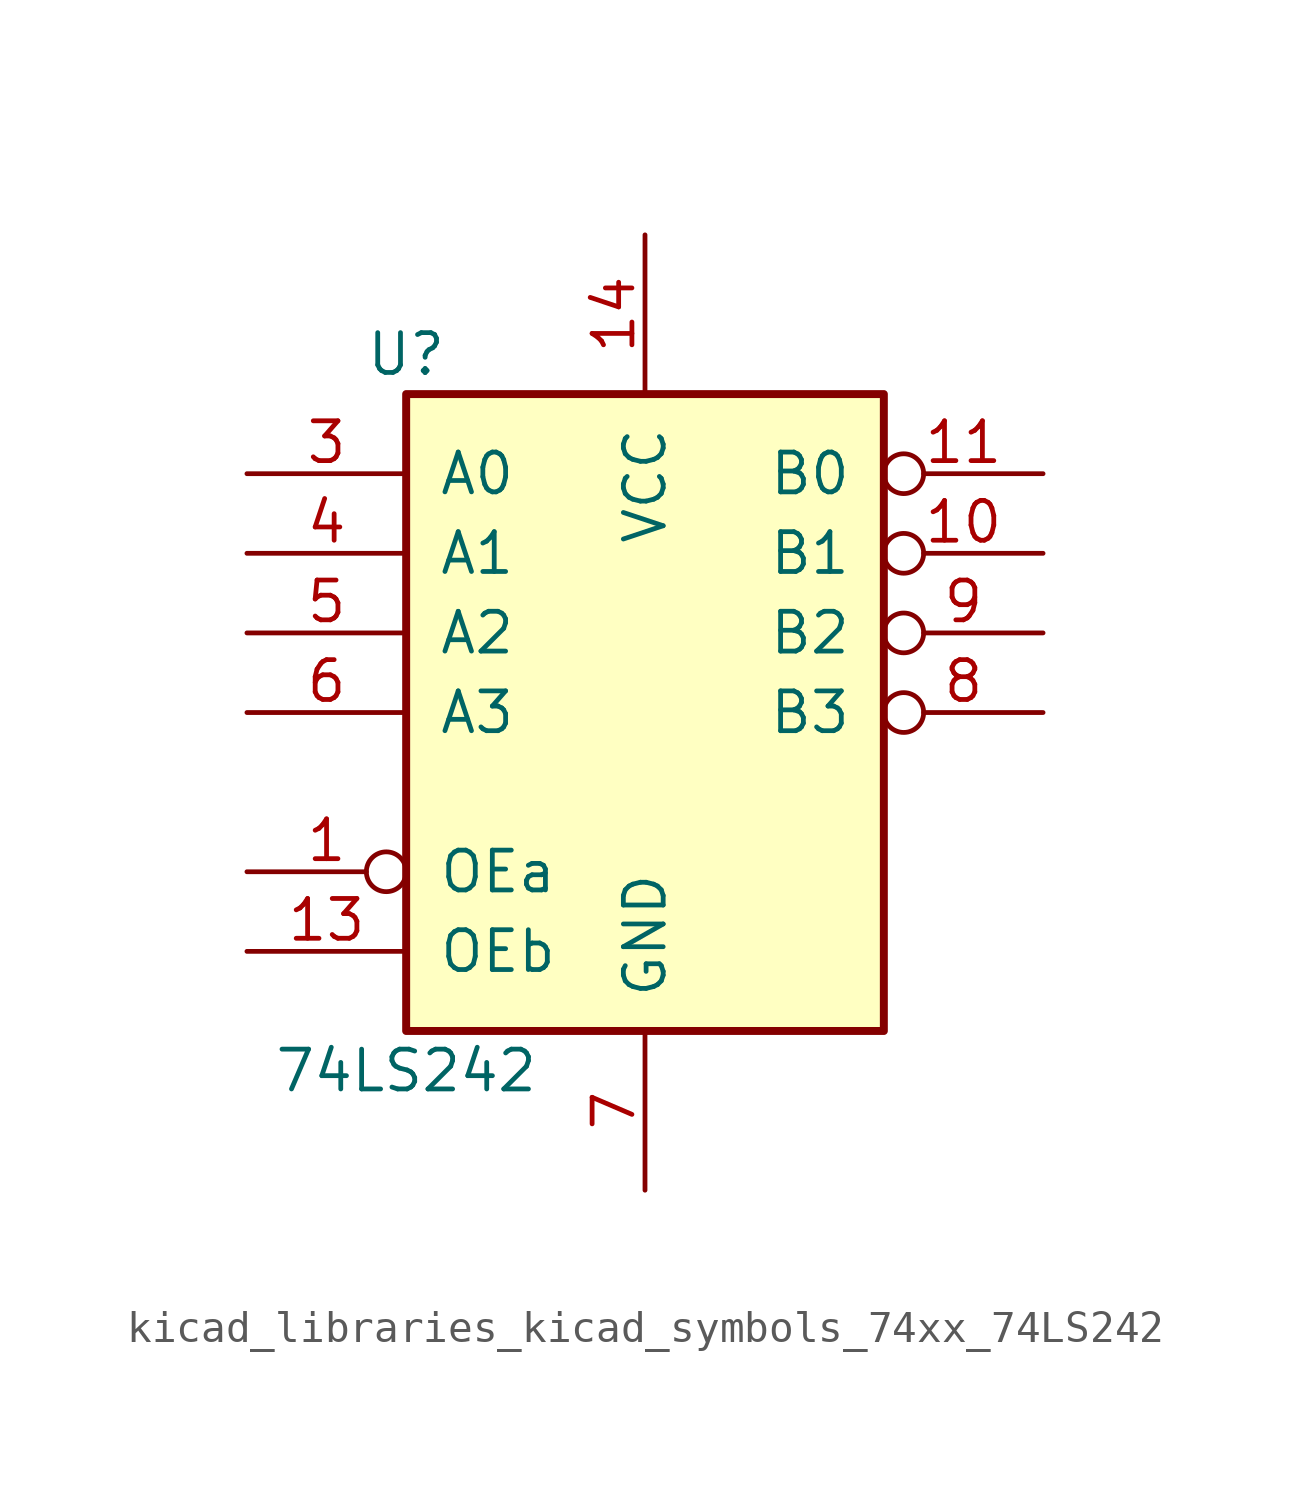
<source format=kicad_sym>
(kicad_symbol_lib
  (version 20220914)
  (generator kicad_symbol_editor)
  (symbol "kicad_libraries_kicad_symbols_74xx_74LS242"
    (pin_names
      (offset 1.016))
    (property "Reference" "U"
      (at -7.62 11.43 0)
      (effects (font (size 1.27 1.27))))
    (property "Value" "74LS242"
      (at -7.62 -11.43 0)
      (effects (font (size 1.27 1.27))))
    (property "ki_locked" ""
      (at 0 0 0)
      (effects (font (size 1.27 1.27))))
    (symbol "kicad_libraries_kicad_symbols_74xx_74LS242_1_0"
      (pin input inverted (at -12.7 -5.08 0) (length 5.08) (name "OEa" (effects (font (size 1.27 1.27)))) (number "1" (effects (font (size 1.27 1.27)))))
      (pin tri_state inverted (at 12.7 5.08 180) (length 5.08) (name "B1" (effects (font (size 1.27 1.27)))) (number "10" (effects (font (size 1.27 1.27)))))
      (pin tri_state inverted (at 12.7 7.62 180) (length 5.08) (name "B0" (effects (font (size 1.27 1.27)))) (number "11" (effects (font (size 1.27 1.27)))))
      (pin input line (at -12.7 -7.62 0) (length 5.08) (name "OEb" (effects (font (size 1.27 1.27)))) (number "13" (effects (font (size 1.27 1.27)))))
      (pin power_in line (at 0 15.24 270) (length 5.08) (name "VCC" (effects (font (size 1.27 1.27)))) (number "14" (effects (font (size 1.27 1.27)))))
      (pin input line (at -12.7 7.62 0) (length 5.08) (name "A0" (effects (font (size 1.27 1.27)))) (number "3" (effects (font (size 1.27 1.27)))))
      (pin input line (at -12.7 5.08 0) (length 5.08) (name "A1" (effects (font (size 1.27 1.27)))) (number "4" (effects (font (size 1.27 1.27)))))
      (pin input line (at -12.7 2.54 0) (length 5.08) (name "A2" (effects (font (size 1.27 1.27)))) (number "5" (effects (font (size 1.27 1.27)))))
      (pin input line (at -12.7 0 0) (length 5.08) (name "A3" (effects (font (size 1.27 1.27)))) (number "6" (effects (font (size 1.27 1.27)))))
      (pin power_in line (at 0 -15.24 90) (length 5.08) (name "GND" (effects (font (size 1.27 1.27)))) (number "7" (effects (font (size 1.27 1.27)))))
      (pin tri_state inverted (at 12.7 0 180) (length 5.08) (name "B3" (effects (font (size 1.27 1.27)))) (number "8" (effects (font (size 1.27 1.27)))))
      (pin tri_state inverted (at 12.7 2.54 180) (length 5.08) (name "B2" (effects (font (size 1.27 1.27)))) (number "9" (effects (font (size 1.27 1.27))))))
    (symbol "kicad_libraries_kicad_symbols_74xx_74LS242_1_1"
      (rectangle (start -7.62 10.16) (end 7.62 -10.16) (stroke (width 0.254) (type default)) (fill (type background))))))
</source>
